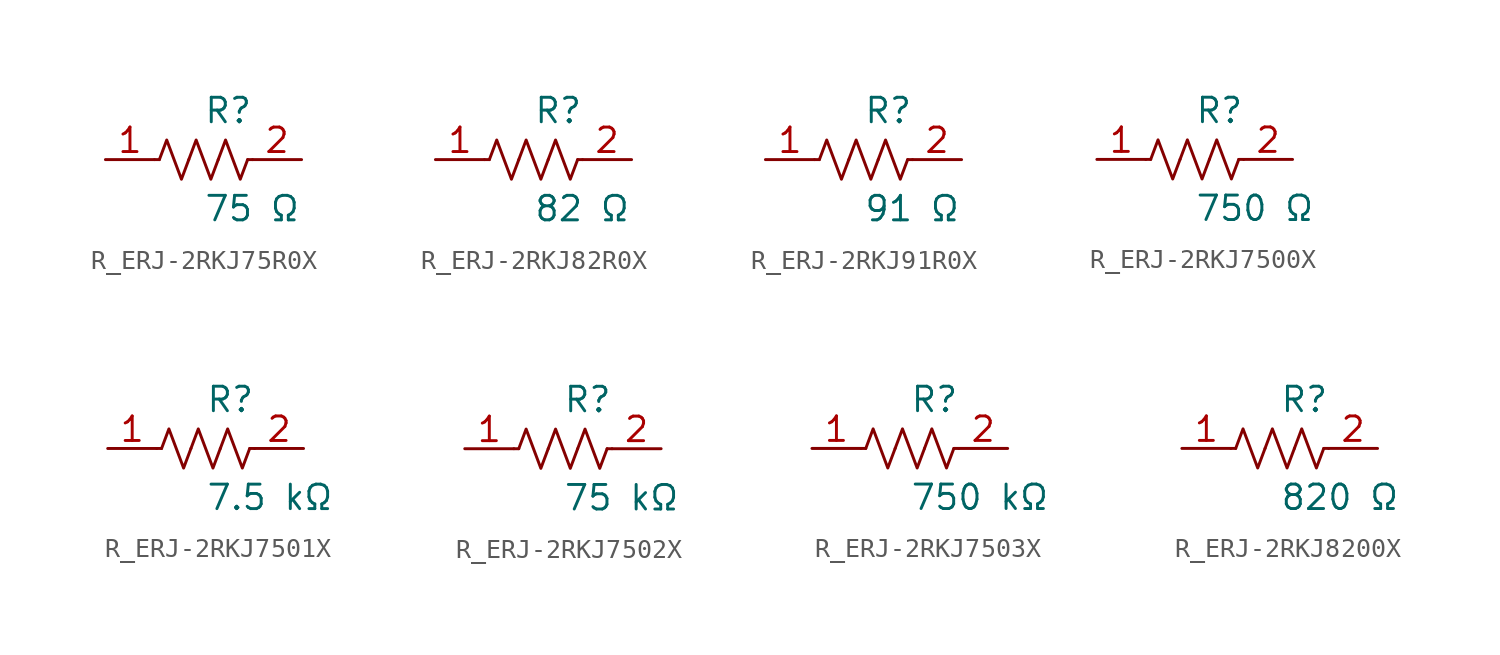
<source format=kicad_sym>
(kicad_symbol_lib
  (version 20231120)
  (generator kicad_symbol_editor)
  (generator_version 8.0)
  (symbol "R_ERJ-2RKJ75R0X"
    (pin_names
      (offset 0.254))
    (property "Reference" "R"
      (at 0 2.54 0)
      (effects (font (size 1.27 1.27)) (justify left)))
    (property "Value" "75 Ω"
      (at 0 -2.54 0)
      (effects (font (size 1.27 1.27)) (justify left)))
    (symbol "R_ERJ-2RKJ75R0X_0_1"
      (polyline (pts (xy 2.286 0) (xy 2.54 0)) (stroke (width 0) (type default)) (fill (type none)))
      (polyline (pts (xy -2.286 0) (xy -2.54 0)) (stroke (width 0) (type default)) (fill (type none)))
      (polyline (pts (xy 0.762 0) (xy 1.143 1.016) (xy 1.524 0) (xy 1.905 -1.016) (xy 2.286 0)) (stroke (width 0) (type default)) (fill (type none)))
      (polyline (pts (xy -0.762 0) (xy -0.381 1.016) (xy 0 0) (xy 0.381 -1.016) (xy 0.762 0)) (stroke (width 0) (type default)) (fill (type none)))
      (polyline (pts (xy -2.286 0) (xy -1.905 1.016) (xy -1.524 0) (xy -1.143 -1.016) (xy -0.762 0)) (stroke (width 0) (type default)) (fill (type none))))
    (pin unspecified line
      (at -5.08 0 0)
      (length 2.54)
      (name "" (effects (font (size 1.27 1.27))))
      (number "1" (effects (font (size 1.27 1.27)))))
    (pin unspecified line
      (at 5.08 0 180)
      (length 2.54)
      (name "" (effects (font (size 1.27 1.27))))
      (number "2" (effects (font (size 1.27 1.27))))))
  (symbol "R_ERJ-2RKJ82R0X"
    (pin_names
      (offset 0.254))
    (property "Reference" "R"
      (at 0 2.54 0)
      (effects (font (size 1.27 1.27)) (justify left)))
    (property "Value" "82 Ω"
      (at 0 -2.54 0)
      (effects (font (size 1.27 1.27)) (justify left)))
    (symbol "R_ERJ-2RKJ82R0X_0_1"
      (polyline (pts (xy 2.286 0) (xy 2.54 0)) (stroke (width 0) (type default)) (fill (type none)))
      (polyline (pts (xy -2.286 0) (xy -2.54 0)) (stroke (width 0) (type default)) (fill (type none)))
      (polyline (pts (xy 0.762 0) (xy 1.143 1.016) (xy 1.524 0) (xy 1.905 -1.016) (xy 2.286 0)) (stroke (width 0) (type default)) (fill (type none)))
      (polyline (pts (xy -0.762 0) (xy -0.381 1.016) (xy 0 0) (xy 0.381 -1.016) (xy 0.762 0)) (stroke (width 0) (type default)) (fill (type none)))
      (polyline (pts (xy -2.286 0) (xy -1.905 1.016) (xy -1.524 0) (xy -1.143 -1.016) (xy -0.762 0)) (stroke (width 0) (type default)) (fill (type none))))
    (pin unspecified line
      (at -5.08 0 0)
      (length 2.54)
      (name "" (effects (font (size 1.27 1.27))))
      (number "1" (effects (font (size 1.27 1.27)))))
    (pin unspecified line
      (at 5.08 0 180)
      (length 2.54)
      (name "" (effects (font (size 1.27 1.27))))
      (number "2" (effects (font (size 1.27 1.27))))))
  (symbol "R_ERJ-2RKJ91R0X"
    (pin_names
      (offset 0.254))
    (property "Reference" "R"
      (at 0 2.54 0)
      (effects (font (size 1.27 1.27)) (justify left)))
    (property "Value" "91 Ω"
      (at 0 -2.54 0)
      (effects (font (size 1.27 1.27)) (justify left)))
    (symbol "R_ERJ-2RKJ91R0X_0_1"
      (polyline (pts (xy 2.286 0) (xy 2.54 0)) (stroke (width 0) (type default)) (fill (type none)))
      (polyline (pts (xy -2.286 0) (xy -2.54 0)) (stroke (width 0) (type default)) (fill (type none)))
      (polyline (pts (xy 0.762 0) (xy 1.143 1.016) (xy 1.524 0) (xy 1.905 -1.016) (xy 2.286 0)) (stroke (width 0) (type default)) (fill (type none)))
      (polyline (pts (xy -0.762 0) (xy -0.381 1.016) (xy 0 0) (xy 0.381 -1.016) (xy 0.762 0)) (stroke (width 0) (type default)) (fill (type none)))
      (polyline (pts (xy -2.286 0) (xy -1.905 1.016) (xy -1.524 0) (xy -1.143 -1.016) (xy -0.762 0)) (stroke (width 0) (type default)) (fill (type none))))
    (pin unspecified line
      (at -5.08 0 0)
      (length 2.54)
      (name "" (effects (font (size 1.27 1.27))))
      (number "1" (effects (font (size 1.27 1.27)))))
    (pin unspecified line
      (at 5.08 0 180)
      (length 2.54)
      (name "" (effects (font (size 1.27 1.27))))
      (number "2" (effects (font (size 1.27 1.27))))))
  (symbol "R_ERJ-2RKJ7500X"
    (pin_names
      (offset 0.254))
    (property "Reference" "R"
      (at 0 2.54 0)
      (effects (font (size 1.27 1.27)) (justify left)))
    (property "Value" "750 Ω"
      (at 0 -2.54 0)
      (effects (font (size 1.27 1.27)) (justify left)))
    (symbol "R_ERJ-2RKJ7500X_0_1"
      (polyline (pts (xy 2.286 0) (xy 2.54 0)) (stroke (width 0) (type default)) (fill (type none)))
      (polyline (pts (xy -2.286 0) (xy -2.54 0)) (stroke (width 0) (type default)) (fill (type none)))
      (polyline (pts (xy 0.762 0) (xy 1.143 1.016) (xy 1.524 0) (xy 1.905 -1.016) (xy 2.286 0)) (stroke (width 0) (type default)) (fill (type none)))
      (polyline (pts (xy -0.762 0) (xy -0.381 1.016) (xy 0 0) (xy 0.381 -1.016) (xy 0.762 0)) (stroke (width 0) (type default)) (fill (type none)))
      (polyline (pts (xy -2.286 0) (xy -1.905 1.016) (xy -1.524 0) (xy -1.143 -1.016) (xy -0.762 0)) (stroke (width 0) (type default)) (fill (type none))))
    (pin unspecified line
      (at -5.08 0 0)
      (length 2.54)
      (name "" (effects (font (size 1.27 1.27))))
      (number "1" (effects (font (size 1.27 1.27)))))
    (pin unspecified line
      (at 5.08 0 180)
      (length 2.54)
      (name "" (effects (font (size 1.27 1.27))))
      (number "2" (effects (font (size 1.27 1.27))))))
  (symbol "R_ERJ-2RKJ7501X"
    (pin_names
      (offset 0.254))
    (property "Reference" "R"
      (at 0 2.54 0)
      (effects (font (size 1.27 1.27)) (justify left)))
    (property "Value" "7.5 kΩ"
      (at 0 -2.54 0)
      (effects (font (size 1.27 1.27)) (justify left)))
    (symbol "R_ERJ-2RKJ7501X_0_1"
      (polyline (pts (xy 2.286 0) (xy 2.54 0)) (stroke (width 0) (type default)) (fill (type none)))
      (polyline (pts (xy -2.286 0) (xy -2.54 0)) (stroke (width 0) (type default)) (fill (type none)))
      (polyline (pts (xy 0.762 0) (xy 1.143 1.016) (xy 1.524 0) (xy 1.905 -1.016) (xy 2.286 0)) (stroke (width 0) (type default)) (fill (type none)))
      (polyline (pts (xy -0.762 0) (xy -0.381 1.016) (xy 0 0) (xy 0.381 -1.016) (xy 0.762 0)) (stroke (width 0) (type default)) (fill (type none)))
      (polyline (pts (xy -2.286 0) (xy -1.905 1.016) (xy -1.524 0) (xy -1.143 -1.016) (xy -0.762 0)) (stroke (width 0) (type default)) (fill (type none))))
    (pin unspecified line
      (at -5.08 0 0)
      (length 2.54)
      (name "" (effects (font (size 1.27 1.27))))
      (number "1" (effects (font (size 1.27 1.27)))))
    (pin unspecified line
      (at 5.08 0 180)
      (length 2.54)
      (name "" (effects (font (size 1.27 1.27))))
      (number "2" (effects (font (size 1.27 1.27))))))
  (symbol "R_ERJ-2RKJ7502X"
    (pin_names
      (offset 0.254))
    (property "Reference" "R"
      (at 0 2.54 0)
      (effects (font (size 1.27 1.27)) (justify left)))
    (property "Value" "75 kΩ"
      (at 0 -2.54 0)
      (effects (font (size 1.27 1.27)) (justify left)))
    (symbol "R_ERJ-2RKJ7502X_0_1"
      (polyline (pts (xy 2.286 0) (xy 2.54 0)) (stroke (width 0) (type default)) (fill (type none)))
      (polyline (pts (xy -2.286 0) (xy -2.54 0)) (stroke (width 0) (type default)) (fill (type none)))
      (polyline (pts (xy 0.762 0) (xy 1.143 1.016) (xy 1.524 0) (xy 1.905 -1.016) (xy 2.286 0)) (stroke (width 0) (type default)) (fill (type none)))
      (polyline (pts (xy -0.762 0) (xy -0.381 1.016) (xy 0 0) (xy 0.381 -1.016) (xy 0.762 0)) (stroke (width 0) (type default)) (fill (type none)))
      (polyline (pts (xy -2.286 0) (xy -1.905 1.016) (xy -1.524 0) (xy -1.143 -1.016) (xy -0.762 0)) (stroke (width 0) (type default)) (fill (type none))))
    (pin unspecified line
      (at -5.08 0 0)
      (length 2.54)
      (name "" (effects (font (size 1.27 1.27))))
      (number "1" (effects (font (size 1.27 1.27)))))
    (pin unspecified line
      (at 5.08 0 180)
      (length 2.54)
      (name "" (effects (font (size 1.27 1.27))))
      (number "2" (effects (font (size 1.27 1.27))))))
  (symbol "R_ERJ-2RKJ7503X"
    (pin_names
      (offset 0.254))
    (property "Reference" "R"
      (at 0 2.54 0)
      (effects (font (size 1.27 1.27)) (justify left)))
    (property "Value" "750 kΩ"
      (at 0 -2.54 0)
      (effects (font (size 1.27 1.27)) (justify left)))
    (symbol "R_ERJ-2RKJ7503X_0_1"
      (polyline (pts (xy 2.286 0) (xy 2.54 0)) (stroke (width 0) (type default)) (fill (type none)))
      (polyline (pts (xy -2.286 0) (xy -2.54 0)) (stroke (width 0) (type default)) (fill (type none)))
      (polyline (pts (xy 0.762 0) (xy 1.143 1.016) (xy 1.524 0) (xy 1.905 -1.016) (xy 2.286 0)) (stroke (width 0) (type default)) (fill (type none)))
      (polyline (pts (xy -0.762 0) (xy -0.381 1.016) (xy 0 0) (xy 0.381 -1.016) (xy 0.762 0)) (stroke (width 0) (type default)) (fill (type none)))
      (polyline (pts (xy -2.286 0) (xy -1.905 1.016) (xy -1.524 0) (xy -1.143 -1.016) (xy -0.762 0)) (stroke (width 0) (type default)) (fill (type none))))
    (pin unspecified line
      (at -5.08 0 0)
      (length 2.54)
      (name "" (effects (font (size 1.27 1.27))))
      (number "1" (effects (font (size 1.27 1.27)))))
    (pin unspecified line
      (at 5.08 0 180)
      (length 2.54)
      (name "" (effects (font (size 1.27 1.27))))
      (number "2" (effects (font (size 1.27 1.27))))))
  (symbol "R_ERJ-2RKJ8200X"
    (pin_names
      (offset 0.254))
    (property "Reference" "R"
      (at 0 2.54 0)
      (effects (font (size 1.27 1.27)) (justify left)))
    (property "Value" "820 Ω"
      (at 0 -2.54 0)
      (effects (font (size 1.27 1.27)) (justify left)))
    (symbol "R_ERJ-2RKJ8200X_0_1"
      (polyline (pts (xy 2.286 0) (xy 2.54 0)) (stroke (width 0) (type default)) (fill (type none)))
      (polyline (pts (xy -2.286 0) (xy -2.54 0)) (stroke (width 0) (type default)) (fill (type none)))
      (polyline (pts (xy 0.762 0) (xy 1.143 1.016) (xy 1.524 0) (xy 1.905 -1.016) (xy 2.286 0)) (stroke (width 0) (type default)) (fill (type none)))
      (polyline (pts (xy -0.762 0) (xy -0.381 1.016) (xy 0 0) (xy 0.381 -1.016) (xy 0.762 0)) (stroke (width 0) (type default)) (fill (type none)))
      (polyline (pts (xy -2.286 0) (xy -1.905 1.016) (xy -1.524 0) (xy -1.143 -1.016) (xy -0.762 0)) (stroke (width 0) (type default)) (fill (type none))))
    (pin unspecified line
      (at -5.08 0 0)
      (length 2.54)
      (name "" (effects (font (size 1.27 1.27))))
      (number "1" (effects (font (size 1.27 1.27)))))
    (pin unspecified line
      (at 5.08 0 180)
      (length 2.54)
      (name "" (effects (font (size 1.27 1.27))))
      (number "2" (effects (font (size 1.27 1.27)))))))
</source>
